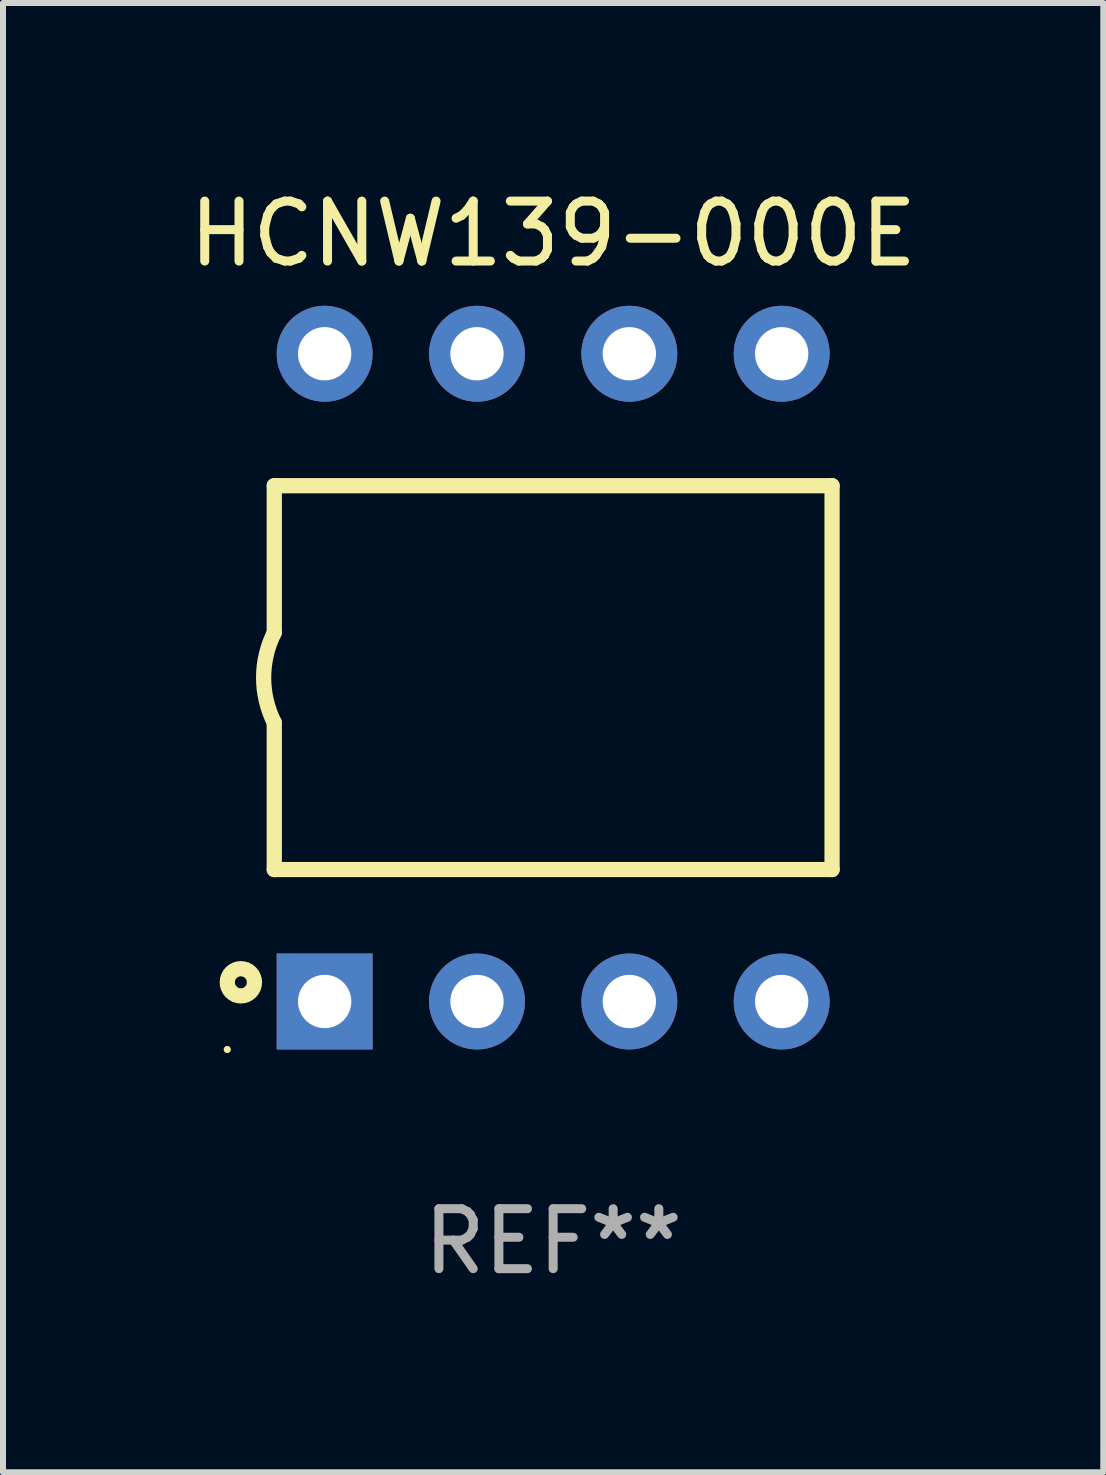
<source format=kicad_pcb>
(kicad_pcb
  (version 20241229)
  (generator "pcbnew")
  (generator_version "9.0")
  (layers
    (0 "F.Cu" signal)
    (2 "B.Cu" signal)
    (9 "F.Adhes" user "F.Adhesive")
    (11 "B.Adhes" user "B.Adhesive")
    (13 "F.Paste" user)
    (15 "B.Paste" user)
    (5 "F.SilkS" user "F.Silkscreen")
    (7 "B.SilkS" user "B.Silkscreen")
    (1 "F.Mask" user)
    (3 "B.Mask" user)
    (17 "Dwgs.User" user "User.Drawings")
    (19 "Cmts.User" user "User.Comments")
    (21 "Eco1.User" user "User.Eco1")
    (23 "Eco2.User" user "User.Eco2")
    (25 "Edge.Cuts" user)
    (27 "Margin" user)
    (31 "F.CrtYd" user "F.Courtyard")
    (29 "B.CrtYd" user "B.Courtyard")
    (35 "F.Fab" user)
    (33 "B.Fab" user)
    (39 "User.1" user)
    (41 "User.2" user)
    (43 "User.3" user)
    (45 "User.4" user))
  (footprint "HCNW139-000E"
    (layer "F.Cu")
    (at 6.173 8.248)
    (property "Reference" "HCNW139-000E" (at 0 -7.4 0) (layer "F.SilkS") (effects (font (size 1 1) (thickness 0.15))))
    (attr through_hole)
    (fp_line (start -4.65 -3.2) (end -4.65 -0.75) (stroke (width 0.254) (type solid)) (layer "F.SilkS"))
    (fp_line (start -4.65 -3.2) (end 4.65 -3.2) (stroke (width 0.254) (type solid)) (layer "F.SilkS"))
    (fp_line (start -4.65 3.2) (end -4.65 0.75) (stroke (width 0.254) (type solid)) (layer "F.SilkS"))
    (fp_line (start -4.65 3.2) (end 4.65 3.2) (stroke (width 0.254) (type solid)) (layer "F.SilkS"))
    (fp_line (start 4.65 3.2) (end 4.65 -3.2) (stroke (width 0.254) (type solid)) (layer "F.SilkS"))
    (fp_arc (start -4.650749 0.749301) (mid -4.827467 -0.000443) (end -4.650013 -0.750013) (stroke (width 0.254001) (type solid)) (layer "F.SilkS"))
    (fp_circle (center -5.434 6.2) (end -5.404 6.2) (stroke (width 0.06) (type solid)) (fill no) (layer "F.SilkS"))
    (fp_circle (center -5.207 5.08) (end -5.107 5.08) (stroke (width 0.254) (type solid)) (fill no) (layer "F.SilkS"))
    (fp_text user "REF**" (at 0 9.4 0) (layer "F.Fab") (effects (font (size 1 1) (thickness 0.15))))
    (pad "1" thru_hole rect (at -3.81 5.4) (size 1.6 1.6) (drill 0.889) (layers "*.Cu" "*.Mask"))
    (pad "2" thru_hole circle (at -1.27 5.4) (size 1.6 1.6) (drill 0.889) (layers "*.Cu" "*.Mask"))
    (pad "3" thru_hole circle (at 1.27 5.4) (size 1.6 1.6) (drill 0.889) (layers "*.Cu" "*.Mask"))
    (pad "4" thru_hole circle (at 3.81 5.4) (size 1.6 1.6) (drill 0.889) (layers "*.Cu" "*.Mask"))
    (pad "5" thru_hole circle (at 3.81 -5.4) (size 1.6 1.6) (drill 0.889) (layers "*.Cu" "*.Mask"))
    (pad "6" thru_hole circle (at 1.27 -5.4) (size 1.6 1.6) (drill 0.889) (layers "*.Cu" "*.Mask"))
    (pad "7" thru_hole circle (at -1.27 -5.4) (size 1.6 1.6) (drill 0.889) (layers "*.Cu" "*.Mask"))
    (pad "8" thru_hole circle (at -3.81 -5.4) (size 1.6 1.6) (drill 0.889) (layers "*.Cu" "*.Mask")))
  (gr_rect
    (start -3 -3)
    (end 15.345 21.497)
    (stroke (width 0.1) (type default))
    (fill no)
    (layer "Edge.Cuts")))
</source>
